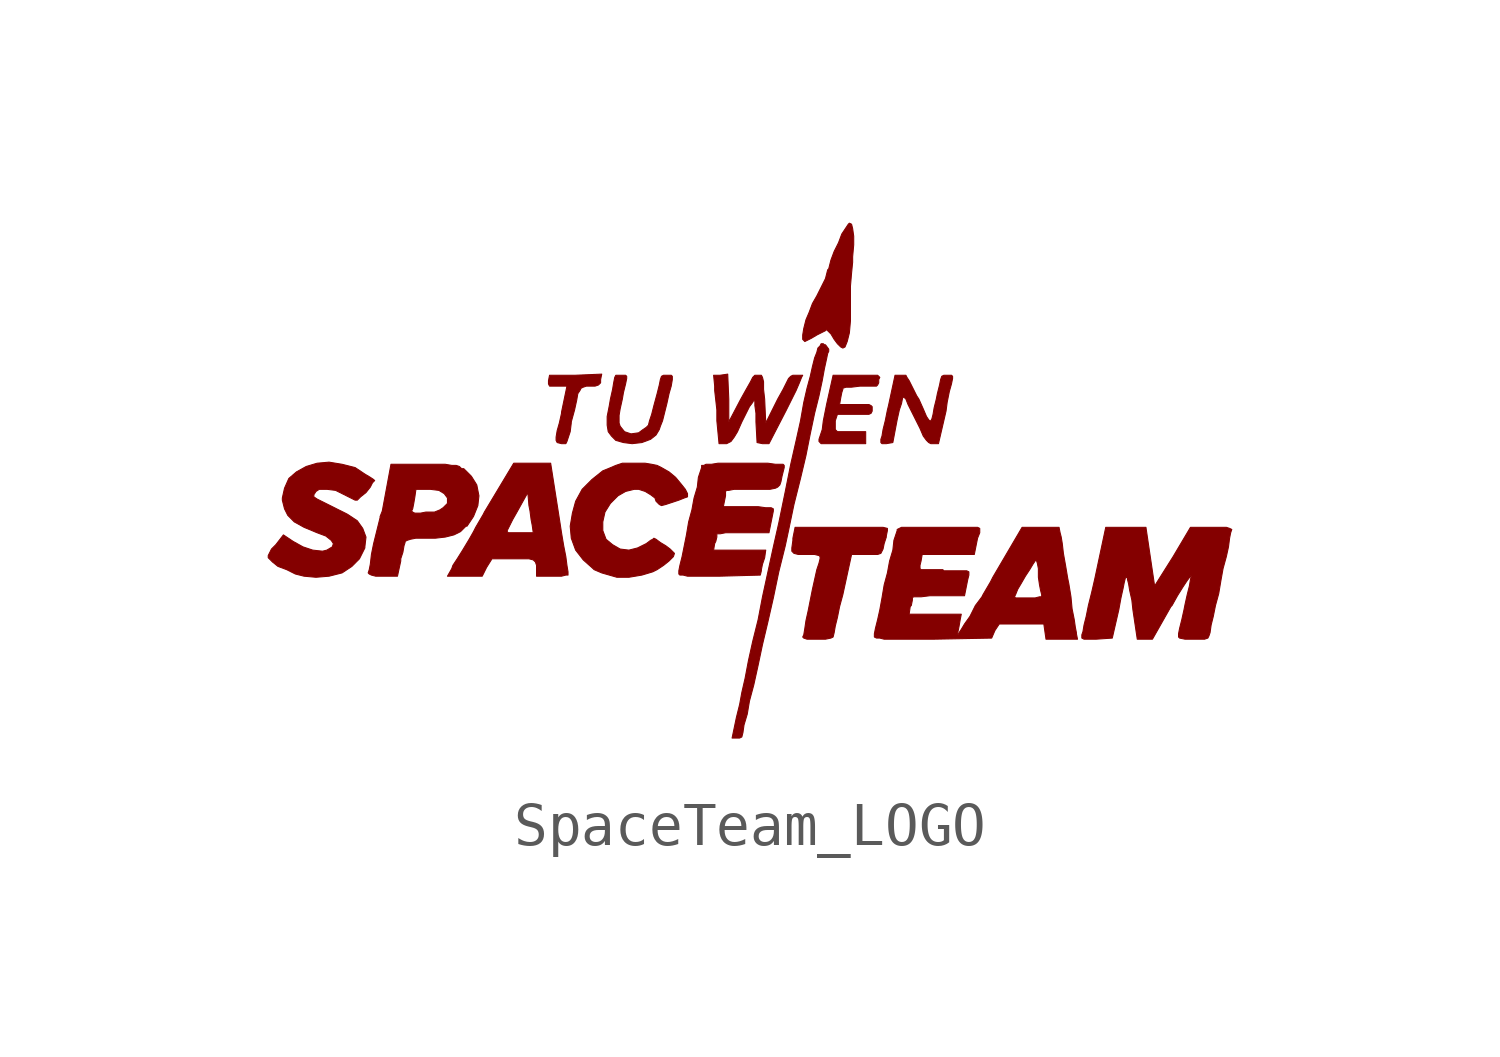
<source format=kicad_sym>
(kicad_symbol_lib
  (version 20220914)
  (generator kicad_symbol_editor)
  (symbol "SpaceTeam_LOGO"
    (pin_names
      (offset 1.016))
    (property "Reference" "#G"
      (at 0 -5.232 0)
      (effects (font (size 1.524 1.524)) hide))
    (symbol "SpaceTeam_LOGO_0_0"
      (polyline (pts (xy -4.267 0.889) (xy -4.191 1.118) (xy -4.166 1.321) (xy -4.166 1.346) (xy -4.089 1.626) (xy -4.039 1.854) (xy -4.013 2.007) (xy -3.962 2.083) (xy -3.937 2.134) (xy -3.886 2.159) (xy -3.81 2.184) (xy -3.607 2.184) (xy -3.531 2.21) (xy -3.48 2.261) (xy -3.48 2.337) (xy -3.454 2.464) (xy -4.064 2.438) (xy -4.674 2.438) (xy -4.699 2.311) (xy -4.699 2.235) (xy -4.674 2.184) (xy -4.267 2.184) (xy -4.394 1.575) (xy -4.394 1.549) (xy -4.445 1.321) (xy -4.496 1.143) (xy -4.521 0.991) (xy -4.521 0.914) (xy -4.496 0.864) (xy -4.394 0.838) (xy -4.293 0.838) (xy -4.267 0.889)) (stroke (width 0.025) (type default)) (fill (type outline)))
      (polyline (pts (xy 2.718 1.118) (xy 2.057 1.118) (xy 2.007 1.168) (xy 2.007 1.372) (xy 2.057 1.524) (xy 2.794 1.524) (xy 2.845 1.549) (xy 2.87 1.6) (xy 2.87 1.702) (xy 2.845 1.727) (xy 2.794 1.753) (xy 2.108 1.753) (xy 2.134 1.905) (xy 2.159 2.032) (xy 2.184 2.108) (xy 2.184 2.134) (xy 2.261 2.159) (xy 2.388 2.159) (xy 2.591 2.184) (xy 2.972 2.184) (xy 2.997 2.21) (xy 3.023 2.261) (xy 3.023 2.337) (xy 3.048 2.388) (xy 2.997 2.438) (xy 1.956 2.438) (xy 1.803 1.753) (xy 1.727 1.372) (xy 1.702 1.168) (xy 1.626 0.94) (xy 1.626 0.889) (xy 1.676 0.838) (xy 2.718 0.838) (xy 2.718 1.118)) (stroke (width 0.025) (type default)) (fill (type outline)))
      (polyline (pts (xy 2.235 3.099) (xy 2.286 3.226) (xy 2.337 3.429) (xy 2.362 3.708) (xy 2.362 4.521) (xy 2.388 4.826) (xy 2.413 5.08) (xy 2.413 5.207) (xy 2.438 5.486) (xy 2.438 5.69) (xy 2.413 5.867) (xy 2.388 5.969) (xy 2.337 5.994) (xy 2.311 5.969) (xy 2.159 5.74) (xy 2.083 5.537) (xy 1.981 5.334) (xy 1.905 5.131) (xy 1.854 4.928) (xy 1.829 4.902) (xy 1.778 4.699) (xy 1.575 4.293) (xy 1.473 4.115) (xy 1.397 3.912) (xy 1.321 3.734) (xy 1.27 3.531) (xy 1.245 3.378) (xy 1.245 3.277) (xy 1.295 3.226) (xy 1.448 3.302) (xy 1.575 3.378) (xy 1.778 3.48) (xy 1.803 3.505) (xy 1.905 3.404) (xy 1.981 3.277) (xy 2.057 3.175) (xy 2.134 3.099) (xy 2.184 3.073) (xy 2.235 3.099)) (stroke (width 0.025) (type default)) (fill (type outline)))
      (polyline (pts (xy 1.905 -3.708) (xy 1.956 -3.683) (xy 1.981 -3.581) (xy 2.007 -3.429) (xy 2.057 -3.226) (xy 2.108 -2.972) (xy 2.184 -2.692) (xy 2.388 -1.753) (xy 2.997 -1.753) (xy 3.073 -1.727) (xy 3.124 -1.626) (xy 3.15 -1.499) (xy 3.2 -1.346) (xy 3.2 -1.321) (xy 3.226 -1.194) (xy 3.226 -1.143) (xy 3.124 -1.118) (xy 1.067 -1.118) (xy 1.016 -1.372) (xy 1.016 -1.422) (xy 0.991 -1.6) (xy 0.991 -1.676) (xy 1.041 -1.727) (xy 1.143 -1.753) (xy 1.524 -1.753) (xy 1.626 -1.778) (xy 1.651 -1.803) (xy 1.651 -1.854) (xy 1.626 -1.956) (xy 1.575 -2.108) (xy 1.473 -2.565) (xy 1.372 -3.073) (xy 1.321 -3.302) (xy 1.295 -3.48) (xy 1.27 -3.632) (xy 1.245 -3.683) (xy 1.27 -3.708) (xy 1.346 -3.734) (xy 1.778 -3.734) (xy 1.905 -3.708)) (stroke (width 0.025) (type default)) (fill (type outline)))
      (polyline (pts (xy -6.147 -2.057) (xy -6.02 -1.854) (xy -5.156 -1.854) (xy -5.055 -1.88) (xy -5.004 -1.93) (xy -4.978 -2.007) (xy -4.978 -2.261) (xy -4.394 -2.261) (xy -4.293 -2.235) (xy -4.242 -2.235) (xy -4.242 -2.159) (xy -4.267 -2.007) (xy -4.293 -1.803) (xy -4.343 -1.549) (xy -4.394 -1.245) (xy -4.445 -0.914) (xy -4.648 0.381) (xy -5.512 0.381) (xy -6.198 -0.762) (xy -6.223 -0.813) (xy -6.401 -1.118) (xy -6.452 -1.219) (xy -5.664 -1.219) (xy -5.664 -1.194) (xy -5.537 -0.94) (xy -5.436 -0.762) (xy -5.182 -0.305) (xy -5.156 -0.61) (xy -5.131 -0.737) (xy -5.105 -0.94) (xy -5.08 -1.067) (xy -5.055 -1.245) (xy -5.639 -1.245) (xy -5.664 -1.219) (xy -6.452 -1.219) (xy -6.553 -1.397) (xy -6.706 -1.651) (xy -6.833 -1.854) (xy -6.934 -2.007) (xy -6.96 -2.083) (xy -7.061 -2.261) (xy -6.248 -2.261) (xy -6.147 -2.057)) (stroke (width 0.025) (type default)) (fill (type outline)))
      (polyline (pts (xy -0.508 2.464) (xy -0.686 2.438) (xy -0.838 2.438) (xy -0.813 2.184) (xy -0.813 2.083) (xy -0.762 1.626) (xy -0.762 1.372) (xy -0.711 0.838) (xy -0.533 0.838) (xy -0.432 0.889) (xy -0.356 0.991) (xy -0.279 1.118) (xy -0.178 1.346) (xy 0 1.702) (xy 0.076 1.803) (xy 0.102 1.854) (xy 0.127 1.829) (xy 0.127 1.727) (xy 0.152 1.549) (xy 0.152 1.346) (xy 0.178 0.864) (xy 0.305 0.838) (xy 0.457 0.838) (xy 0.864 1.626) (xy 1.092 2.083) (xy 1.168 2.261) (xy 1.219 2.388) (xy 1.245 2.438) (xy 1.016 2.438) (xy 0.965 2.413) (xy 0.914 2.362) (xy 0.787 2.108) (xy 0.66 1.88) (xy 0.381 1.321) (xy 0.356 1.88) (xy 0.33 2.108) (xy 0.33 2.286) (xy 0.305 2.388) (xy 0.279 2.438) (xy 0.127 2.438) (xy 0.076 2.388) (xy 0.025 2.286) (xy -0.076 2.108) (xy -0.203 1.88) (xy -0.483 1.346) (xy -0.483 1.88) (xy -0.508 2.464)) (stroke (width 0.025) (type default)) (fill (type outline)))
      (polyline (pts (xy -2.515 0.864) (xy -2.311 0.94) (xy -2.184 1.041) (xy -2.108 1.168) (xy -2.083 1.245) (xy -2.032 1.372) (xy -1.93 1.778) (xy -1.88 2.007) (xy -1.829 2.184) (xy -1.803 2.337) (xy -1.803 2.413) (xy -1.829 2.438) (xy -2.007 2.438) (xy -2.057 2.413) (xy -2.083 2.337) (xy -2.108 2.21) (xy -2.159 2.007) (xy -2.235 1.727) (xy -2.286 1.524) (xy -2.337 1.372) (xy -2.362 1.27) (xy -2.413 1.219) (xy -2.489 1.168) (xy -2.591 1.092) (xy -2.769 1.067) (xy -2.921 1.118) (xy -3.023 1.245) (xy -3.048 1.321) (xy -3.048 1.499) (xy -3.023 1.651) (xy -2.972 1.88) (xy -2.946 2.032) (xy -2.896 2.235) (xy -2.87 2.362) (xy -2.87 2.413) (xy -2.896 2.438) (xy -3.124 2.438) (xy -3.15 2.388) (xy -3.175 2.261) (xy -3.2 2.108) (xy -3.251 1.88) (xy -3.277 1.727) (xy -3.327 1.473) (xy -3.327 1.27) (xy -3.302 1.118) (xy -3.226 1.016) (xy -3.124 0.914) (xy -2.946 0.864) (xy -2.743 0.838) (xy -2.515 0.864)) (stroke (width 0.025) (type default)) (fill (type outline)))
      (polyline (pts (xy 3.353 0.864) (xy 3.454 1.397) (xy 3.505 1.626) (xy 3.556 1.778) (xy 3.581 1.905) (xy 3.607 1.93) (xy 3.658 1.88) (xy 3.708 1.753) (xy 3.988 1.194) (xy 4.064 1.016) (xy 4.14 0.914) (xy 4.191 0.864) (xy 4.242 0.838) (xy 4.42 0.838) (xy 4.597 1.6) (xy 4.623 1.803) (xy 4.674 2.057) (xy 4.724 2.235) (xy 4.75 2.362) (xy 4.75 2.413) (xy 4.724 2.438) (xy 4.547 2.438) (xy 4.496 2.413) (xy 4.47 2.337) (xy 4.445 2.21) (xy 4.394 2.007) (xy 4.369 1.88) (xy 4.318 1.676) (xy 4.293 1.524) (xy 4.267 1.422) (xy 4.242 1.372) (xy 4.216 1.372) (xy 4.191 1.397) (xy 4.14 1.473) (xy 4.064 1.651) (xy 3.962 1.88) (xy 3.912 1.956) (xy 3.734 2.311) (xy 3.683 2.388) (xy 3.658 2.438) (xy 3.404 2.438) (xy 3.251 1.727) (xy 3.226 1.626) (xy 3.175 1.372) (xy 3.124 1.168) (xy 3.099 1.016) (xy 3.073 0.94) (xy 3.073 0.864) (xy 3.099 0.838) (xy 3.2 0.838) (xy 3.353 0.864)) (stroke (width 0.025) (type default)) (fill (type outline)))
      (polyline (pts (xy -0.178 -6.02) (xy -0.152 -5.918) (xy -0.127 -5.74) (xy -0.051 -5.486) (xy 0 -5.182) (xy 0.102 -4.801) (xy 0.203 -4.343) (xy 0.305 -3.861) (xy 0.432 -3.327) (xy 0.559 -2.769) (xy 0.686 -2.159) (xy 0.838 -1.549) (xy 0.914 -1.194) (xy 1.041 -0.584) (xy 1.194 0.025) (xy 1.321 0.559) (xy 1.422 1.067) (xy 1.524 1.549) (xy 1.626 1.956) (xy 1.702 2.311) (xy 1.753 2.591) (xy 1.803 2.819) (xy 1.829 2.946) (xy 1.854 2.997) (xy 1.854 3.048) (xy 1.778 3.15) (xy 1.753 3.15) (xy 1.727 3.175) (xy 1.676 3.175) (xy 1.651 3.124) (xy 1.6 3.073) (xy 1.575 2.972) (xy 1.524 2.845) (xy 1.473 2.642) (xy 1.422 2.413) (xy 1.346 2.134) (xy 1.27 1.803) (xy 1.194 1.372) (xy 1.092 0.914) (xy 0.965 0.356) (xy 0.838 -0.279) (xy 0.686 -1.016) (xy 0.559 -1.575) (xy 0.305 -2.743) (xy 0.203 -3.277) (xy 0.076 -3.785) (xy -0.025 -4.242) (xy -0.102 -4.648) (xy -0.178 -4.978) (xy -0.229 -5.258) (xy -0.305 -5.563) (xy -0.406 -6.045) (xy -0.229 -6.045) (xy -0.178 -6.02)) (stroke (width 0.025) (type default)) (fill (type outline)))
      (polyline (pts (xy 0.254 -2.235) (xy 0.279 -2.134) (xy 0.279 -2.108) (xy 0.305 -1.981) (xy 0.356 -1.829) (xy 0.381 -1.651) (xy -0.838 -1.651) (xy -0.813 -1.499) (xy -0.787 -1.448) (xy -0.762 -1.346) (xy -0.762 -1.27) (xy -0.686 -1.27) (xy -0.559 -1.245) (xy 0.457 -1.245) (xy 0.559 -0.737) (xy 0.559 -0.686) (xy 0.508 -0.66) (xy 0.381 -0.66) (xy 0.203 -0.635) (xy -0.61 -0.635) (xy -0.559 -0.381) (xy -0.559 -0.279) (xy -0.533 -0.254) (xy -0.483 -0.254) (xy -0.356 -0.229) (xy 0.483 -0.229) (xy 0.61 -0.203) (xy 0.66 -0.178) (xy 0.711 -0.127) (xy 0.737 -0.051) (xy 0.762 0.076) (xy 0.813 0.279) (xy 0.813 0.33) (xy 0.787 0.356) (xy 0.61 0.356) (xy 0.432 0.381) (xy -0.737 0.381) (xy -0.889 0.356) (xy -1.016 0.356) (xy -1.067 0.33) (xy -1.118 0.33) (xy -1.118 0.279) (xy -1.194 0.051) (xy -1.219 -0.178) (xy -1.295 -0.432) (xy -1.346 -0.711) (xy -1.422 -0.991) (xy -1.473 -1.295) (xy -1.575 -1.803) (xy -1.626 -2.007) (xy -1.651 -2.134) (xy -1.651 -2.21) (xy -1.626 -2.235) (xy -1.549 -2.235) (xy -1.448 -2.261) (xy -0.711 -2.261) (xy 0.254 -2.235)) (stroke (width 0.025) (type default)) (fill (type outline)))
      (polyline (pts (xy -8.153 -1.905) (xy -8.153 -1.854) (xy -8.103 -1.702) (xy -8.077 -1.549) (xy -8.052 -1.473) (xy -8.052 -1.448) (xy -8.001 -1.422) (xy -7.925 -1.397) (xy -7.798 -1.372) (xy -7.341 -1.372) (xy -7.112 -1.346) (xy -6.909 -1.295) (xy -6.756 -1.219) (xy -6.629 -1.092) (xy -6.604 -1.092) (xy -6.452 -0.864) (xy -6.35 -0.61) (xy -6.325 -0.381) (xy -6.375 -0.127) (xy -6.502 0.076) (xy -6.68 0.254) (xy -6.731 0.254) (xy -6.782 0.305) (xy -6.858 0.33) (xy -6.96 0.33) (xy -7.112 0.356) (xy -8.382 0.356) (xy -8.585 -0.737) (xy -7.899 -0.737) (xy -7.874 -0.686) (xy -7.849 -0.559) (xy -7.823 -0.406) (xy -7.798 -0.229) (xy -7.468 -0.229) (xy -7.264 -0.254) (xy -7.137 -0.33) (xy -7.061 -0.432) (xy -7.061 -0.559) (xy -7.163 -0.66) (xy -7.239 -0.711) (xy -7.366 -0.762) (xy -7.569 -0.762) (xy -7.696 -0.787) (xy -7.823 -0.787) (xy -7.874 -0.762) (xy -7.899 -0.737) (xy -8.585 -0.737) (xy -8.636 -0.864) (xy -8.636 -0.889) (xy -8.788 -1.499) (xy -8.839 -1.753) (xy -8.865 -1.981) (xy -8.89 -2.108) (xy -8.915 -2.184) (xy -8.89 -2.21) (xy -8.839 -2.235) (xy -8.738 -2.261) (xy -8.23 -2.261) (xy -8.153 -1.905)) (stroke (width 0.025) (type default)) (fill (type outline)))
      (polyline (pts (xy -9.83 -2.261) (xy -9.525 -2.184) (xy -9.296 -2.032) (xy -9.119 -1.854) (xy -8.992 -1.6) (xy -8.992 -1.575) (xy -8.966 -1.346) (xy -9.042 -1.143) (xy -9.169 -0.965) (xy -9.398 -0.813) (xy -10.109 -0.457) (xy -10.185 -0.406) (xy -10.185 -0.356) (xy -10.135 -0.279) (xy -10.058 -0.229) (xy -9.881 -0.229) (xy -9.677 -0.254) (xy -9.22 -0.483) (xy -9.169 -0.483) (xy -9.093 -0.406) (xy -8.966 -0.305) (xy -8.865 -0.178) (xy -8.814 -0.076) (xy -8.763 -0.025) (xy -8.788 0) (xy -8.865 0.051) (xy -8.992 0.127) (xy -9.22 0.279) (xy -9.525 0.356) (xy -9.83 0.406) (xy -10.109 0.381) (xy -10.363 0.305) (xy -10.592 0.178) (xy -10.77 0.025) (xy -10.871 -0.203) (xy -10.922 -0.432) (xy -10.922 -0.483) (xy -10.871 -0.686) (xy -10.795 -0.838) (xy -10.643 -0.991) (xy -10.414 -1.118) (xy -10.109 -1.245) (xy -9.906 -1.321) (xy -9.779 -1.422) (xy -9.728 -1.499) (xy -9.754 -1.575) (xy -9.881 -1.651) (xy -9.982 -1.676) (xy -10.211 -1.651) (xy -10.439 -1.575) (xy -10.668 -1.448) (xy -10.897 -1.295) (xy -11.074 -1.524) (xy -11.176 -1.626) (xy -11.252 -1.778) (xy -11.252 -1.829) (xy -11.151 -1.93) (xy -11.024 -2.032) (xy -10.82 -2.108) (xy -10.617 -2.21) (xy -10.414 -2.261) (xy -10.135 -2.286) (xy -9.83 -2.261)) (stroke (width 0.025) (type default)) (fill (type outline)))
      (polyline (pts (xy -2.515 -2.235) (xy -2.261 -2.159) (xy -2.159 -2.108) (xy -2.007 -2.007) (xy -1.88 -1.905) (xy -1.778 -1.803) (xy -1.753 -1.727) (xy -1.854 -1.626) (xy -1.956 -1.549) (xy -2.083 -1.473) (xy -2.184 -1.397) (xy -2.235 -1.372) (xy -2.261 -1.397) (xy -2.311 -1.422) (xy -2.413 -1.499) (xy -2.616 -1.6) (xy -2.819 -1.651) (xy -3.023 -1.626) (xy -3.2 -1.524) (xy -3.353 -1.397) (xy -3.429 -1.194) (xy -3.429 -0.991) (xy -3.378 -0.762) (xy -3.251 -0.559) (xy -3.073 -0.381) (xy -2.896 -0.279) (xy -2.692 -0.229) (xy -2.591 -0.229) (xy -2.438 -0.279) (xy -2.311 -0.356) (xy -2.21 -0.432) (xy -2.184 -0.508) (xy -2.108 -0.584) (xy -2.057 -0.61) (xy -1.956 -0.584) (xy -1.651 -0.483) (xy -1.524 -0.432) (xy -1.448 -0.406) (xy -1.448 -0.33) (xy -1.499 -0.229) (xy -1.6 -0.102) (xy -1.727 0.051) (xy -1.88 0.178) (xy -2.057 0.279) (xy -2.159 0.33) (xy -2.286 0.356) (xy -2.438 0.381) (xy -2.972 0.381) (xy -3.124 0.33) (xy -3.302 0.254) (xy -3.429 0.203) (xy -3.683 0) (xy -3.912 -0.229) (xy -4.064 -0.508) (xy -4.14 -0.787) (xy -4.191 -1.092) (xy -4.166 -1.372) (xy -4.064 -1.651) (xy -3.886 -1.88) (xy -3.658 -2.083) (xy -3.632 -2.108) (xy -3.454 -2.184) (xy -3.099 -2.286) (xy -2.819 -2.286) (xy -2.515 -2.235)) (stroke (width 0.025) (type default)) (fill (type outline)))
      (polyline (pts (xy 8.484 -3.708) (xy 8.636 -3.048) (xy 8.687 -2.769) (xy 8.738 -2.54) (xy 8.763 -2.413) (xy 8.788 -2.311) (xy 8.814 -2.261) (xy 8.814 -2.286) (xy 8.839 -2.311) (xy 8.839 -2.337) (xy 8.865 -2.438) (xy 8.89 -2.591) (xy 8.941 -2.819) (xy 8.966 -3.048) (xy 9.068 -3.734) (xy 9.423 -3.734) (xy 9.855 -2.972) (xy 9.881 -2.946) (xy 10.008 -2.718) (xy 10.135 -2.515) (xy 10.236 -2.362) (xy 10.312 -2.261) (xy 10.338 -2.235) (xy 10.312 -2.337) (xy 10.287 -2.489) (xy 10.236 -2.692) (xy 10.185 -2.921) (xy 10.16 -3.048) (xy 10.109 -3.277) (xy 10.058 -3.48) (xy 10.033 -3.607) (xy 10.033 -3.683) (xy 10.058 -3.708) (xy 10.185 -3.734) (xy 10.643 -3.734) (xy 10.719 -3.708) (xy 10.744 -3.658) (xy 10.77 -3.581) (xy 10.795 -3.404) (xy 10.846 -3.2) (xy 10.897 -2.946) (xy 10.973 -2.667) (xy 11.024 -2.362) (xy 11.074 -2.083) (xy 11.151 -1.803) (xy 11.201 -1.575) (xy 11.227 -1.372) (xy 11.252 -1.245) (xy 11.278 -1.168) (xy 11.227 -1.143) (xy 11.151 -1.118) (xy 10.312 -1.118) (xy 9.906 -1.803) (xy 9.474 -2.489) (xy 9.271 -1.118) (xy 8.331 -1.118) (xy 8.077 -2.311) (xy 8.001 -2.642) (xy 7.925 -2.946) (xy 7.874 -3.2) (xy 7.823 -3.404) (xy 7.798 -3.556) (xy 7.772 -3.632) (xy 7.772 -3.708) (xy 7.823 -3.734) (xy 8.103 -3.734) (xy 8.484 -3.708)) (stroke (width 0.025) (type default)) (fill (type outline)))
      (polyline (pts (xy 5.664 -3.708) (xy 5.74 -3.531) (xy 5.842 -3.378) (xy 6.883 -3.378) (xy 6.934 -3.734) (xy 7.671 -3.734) (xy 7.645 -3.607) (xy 7.645 -3.581) (xy 7.62 -3.454) (xy 7.595 -3.277) (xy 7.544 -3.023) (xy 7.518 -2.743) (xy 7.468 -2.438) (xy 7.442 -2.311) (xy 7.391 -2.007) (xy 7.341 -1.727) (xy 7.315 -1.499) (xy 7.29 -1.346) (xy 7.264 -1.245) (xy 7.239 -1.118) (xy 6.375 -1.118) (xy 5.69 -2.286) (xy 5.639 -2.388) (xy 5.461 -2.692) (xy 5.436 -2.743) (xy 6.198 -2.743) (xy 6.223 -2.692) (xy 6.274 -2.565) (xy 6.35 -2.438) (xy 6.452 -2.261) (xy 6.553 -2.108) (xy 6.629 -1.981) (xy 6.68 -1.905) (xy 6.706 -1.88) (xy 6.731 -1.956) (xy 6.756 -2.083) (xy 6.756 -2.286) (xy 6.782 -2.464) (xy 6.807 -2.591) (xy 6.833 -2.692) (xy 6.833 -2.743) (xy 6.782 -2.743) (xy 6.68 -2.769) (xy 6.223 -2.769) (xy 6.198 -2.743) (xy 5.436 -2.743) (xy 5.283 -2.946) (xy 5.156 -3.2) (xy 5.029 -3.378) (xy 4.953 -3.505) (xy 4.902 -3.581) (xy 4.877 -3.632) (xy 4.851 -3.632) (xy 4.877 -3.556) (xy 4.902 -3.429) (xy 4.928 -3.277) (xy 4.953 -3.15) (xy 3.734 -3.15) (xy 3.759 -2.972) (xy 3.785 -2.946) (xy 3.81 -2.819) (xy 3.81 -2.769) (xy 3.835 -2.743) (xy 4.013 -2.743) (xy 4.216 -2.718) (xy 5.029 -2.718) (xy 5.105 -2.337) (xy 5.131 -2.235) (xy 5.131 -2.159) (xy 5.08 -2.134) (xy 4.547 -2.134) (xy 4.521 -2.108) (xy 4.013 -2.108) (xy 3.988 -2.083) (xy 3.988 -2.007) (xy 4.013 -1.905) (xy 4.039 -1.753) (xy 5.258 -1.753) (xy 5.334 -1.372) (xy 5.385 -1.245) (xy 5.385 -1.143) (xy 5.334 -1.118) (xy 3.556 -1.118) (xy 3.454 -1.168) (xy 3.454 -1.194) (xy 3.378 -1.422) (xy 3.353 -1.651) (xy 3.277 -1.905) (xy 3.226 -2.184) (xy 3.15 -2.464) (xy 3.099 -2.769) (xy 3.048 -3.048) (xy 2.997 -3.277) (xy 2.946 -3.48) (xy 2.921 -3.607) (xy 2.921 -3.683) (xy 2.972 -3.708) (xy 3.048 -3.708) (xy 3.15 -3.734) (xy 4.293 -3.734) (xy 5.664 -3.708)) (stroke (width 0.025) (type default)) (fill (type outline))))))
</source>
